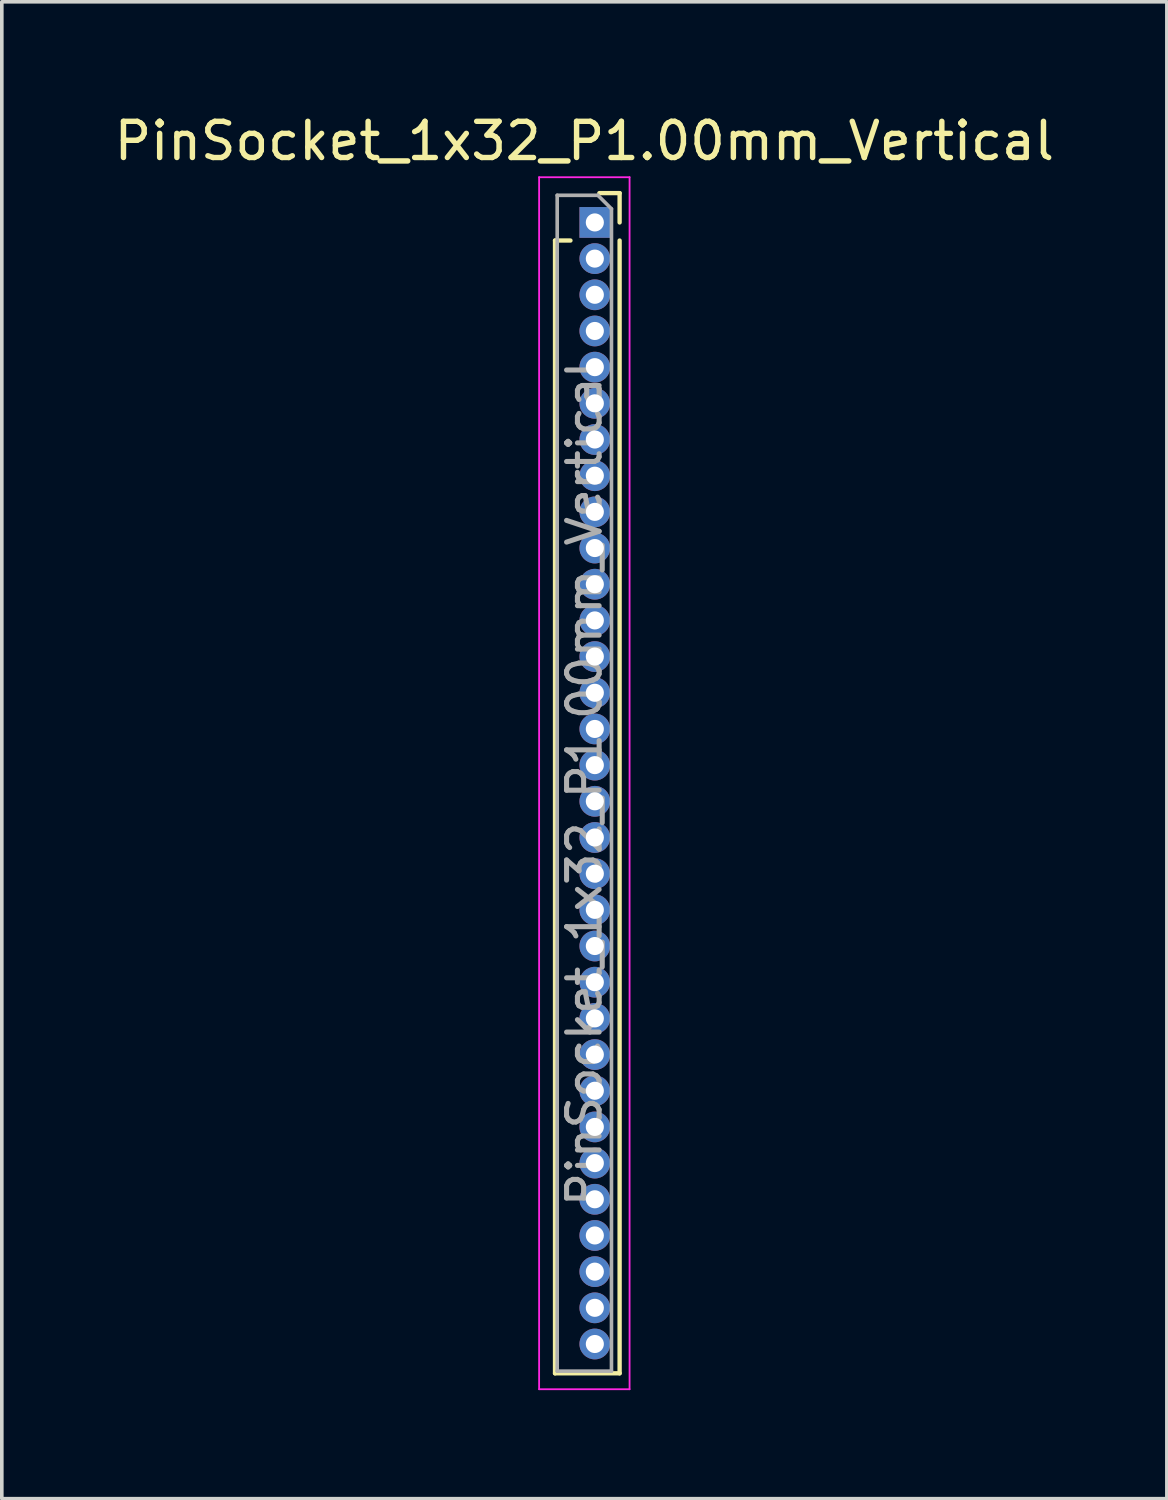
<source format=kicad_pcb>
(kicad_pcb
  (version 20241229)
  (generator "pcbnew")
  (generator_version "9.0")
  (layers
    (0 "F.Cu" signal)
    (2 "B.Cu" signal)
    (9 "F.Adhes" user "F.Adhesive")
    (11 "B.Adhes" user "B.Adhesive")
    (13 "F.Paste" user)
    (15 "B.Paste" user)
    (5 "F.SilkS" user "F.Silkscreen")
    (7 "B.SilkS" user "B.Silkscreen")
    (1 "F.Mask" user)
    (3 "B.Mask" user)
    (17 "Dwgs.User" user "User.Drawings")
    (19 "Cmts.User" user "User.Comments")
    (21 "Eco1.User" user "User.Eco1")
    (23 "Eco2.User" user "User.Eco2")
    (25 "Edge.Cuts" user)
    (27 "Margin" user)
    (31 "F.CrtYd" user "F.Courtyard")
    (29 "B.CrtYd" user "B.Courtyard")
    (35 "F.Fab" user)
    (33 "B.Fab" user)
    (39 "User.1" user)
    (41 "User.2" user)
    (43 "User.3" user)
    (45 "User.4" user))
  (footprint "PinSocket_1x32_P1.00mm_Vertical"
    (layer "F.Cu")
    (at 13.391 3.098)
    (property "Reference" "PinSocket_1x32_P1.00mm_Vertical" (at -0.29 -2.25 0) (layer "F.SilkS") (effects (font (size 1 1) (thickness 0.15))))
    (attr through_hole)
    (fp_line (start -1.1 0.5) (end -1.1 31.81) (stroke (width 0.12) (type solid)) (layer "F.SilkS"))
    (fp_line (start -1.1 0.5) (end -0.674 0.5) (stroke (width 0.12) (type solid)) (layer "F.SilkS"))
    (fp_line (start -1.1 31.81) (end 0.685 31.81) (stroke (width 0.12) (type solid)) (layer "F.SilkS"))
    (fp_line (start 0.125 -0.81) (end 0.685 -0.81) (stroke (width 0.12) (type solid)) (layer "F.SilkS"))
    (fp_line (start 0.685 -0.81) (end 0.685 0) (stroke (width 0.12) (type solid)) (layer "F.SilkS"))
    (fp_line (start 0.685 0.5) (end 0.685 31.81) (stroke (width 0.12) (type solid)) (layer "F.SilkS"))
    (fp_line (start -1.54 -1.25) (end 0.96 -1.25) (stroke (width 0.05) (type solid)) (layer "F.CrtYd"))
    (fp_line (start -1.54 32.25) (end -1.54 -1.25) (stroke (width 0.05) (type solid)) (layer "F.CrtYd"))
    (fp_line (start 0.96 -1.25) (end 0.96 32.25) (stroke (width 0.05) (type solid)) (layer "F.CrtYd"))
    (fp_line (start 0.96 32.25) (end -1.54 32.25) (stroke (width 0.05) (type solid)) (layer "F.CrtYd"))
    (fp_line (start -1.04 -0.75) (end 0.085 -0.75) (stroke (width 0.1) (type solid)) (layer "F.Fab"))
    (fp_line (start -1.04 31.75) (end -1.04 -0.75) (stroke (width 0.1) (type solid)) (layer "F.Fab"))
    (fp_line (start 0.085 -0.75) (end 0.46 -0.375) (stroke (width 0.1) (type solid)) (layer "F.Fab"))
    (fp_line (start 0.46 -0.375) (end 0.46 31.75) (stroke (width 0.1) (type solid)) (layer "F.Fab"))
    (fp_line (start 0.46 31.75) (end -1.04 31.75) (stroke (width 0.1) (type solid)) (layer "F.Fab"))
    (fp_text user "${REFERENCE}" (at -0.29 15.5 90) (layer "F.Fab") (effects (font (size 0.9 0.9) (thickness 0.14))))
    (pad "1" thru_hole rect (at 0 0) (size 0.85 0.85) (drill 0.5) (layers "*.Cu" "*.Mask"))
    (pad "2" thru_hole oval (at 0 1) (size 0.85 0.85) (drill 0.5) (layers "*.Cu" "*.Mask"))
    (pad "3" thru_hole oval (at 0 2) (size 0.85 0.85) (drill 0.5) (layers "*.Cu" "*.Mask"))
    (pad "4" thru_hole oval (at 0 3) (size 0.85 0.85) (drill 0.5) (layers "*.Cu" "*.Mask"))
    (pad "5" thru_hole oval (at 0 4) (size 0.85 0.85) (drill 0.5) (layers "*.Cu" "*.Mask"))
    (pad "6" thru_hole oval (at 0 5) (size 0.85 0.85) (drill 0.5) (layers "*.Cu" "*.Mask"))
    (pad "7" thru_hole oval (at 0 6) (size 0.85 0.85) (drill 0.5) (layers "*.Cu" "*.Mask"))
    (pad "8" thru_hole oval (at 0 7) (size 0.85 0.85) (drill 0.5) (layers "*.Cu" "*.Mask"))
    (pad "9" thru_hole oval (at 0 8) (size 0.85 0.85) (drill 0.5) (layers "*.Cu" "*.Mask"))
    (pad "10" thru_hole oval (at 0 9) (size 0.85 0.85) (drill 0.5) (layers "*.Cu" "*.Mask"))
    (pad "11" thru_hole oval (at 0 10) (size 0.85 0.85) (drill 0.5) (layers "*.Cu" "*.Mask"))
    (pad "12" thru_hole oval (at 0 11) (size 0.85 0.85) (drill 0.5) (layers "*.Cu" "*.Mask"))
    (pad "13" thru_hole oval (at 0 12) (size 0.85 0.85) (drill 0.5) (layers "*.Cu" "*.Mask"))
    (pad "14" thru_hole oval (at 0 13) (size 0.85 0.85) (drill 0.5) (layers "*.Cu" "*.Mask"))
    (pad "15" thru_hole oval (at 0 14) (size 0.85 0.85) (drill 0.5) (layers "*.Cu" "*.Mask"))
    (pad "16" thru_hole oval (at 0 15) (size 0.85 0.85) (drill 0.5) (layers "*.Cu" "*.Mask"))
    (pad "17" thru_hole oval (at 0 16) (size 0.85 0.85) (drill 0.5) (layers "*.Cu" "*.Mask"))
    (pad "18" thru_hole oval (at 0 17) (size 0.85 0.85) (drill 0.5) (layers "*.Cu" "*.Mask"))
    (pad "19" thru_hole oval (at 0 18) (size 0.85 0.85) (drill 0.5) (layers "*.Cu" "*.Mask"))
    (pad "20" thru_hole oval (at 0 19) (size 0.85 0.85) (drill 0.5) (layers "*.Cu" "*.Mask"))
    (pad "21" thru_hole oval (at 0 20) (size 0.85 0.85) (drill 0.5) (layers "*.Cu" "*.Mask"))
    (pad "22" thru_hole oval (at 0 21) (size 0.85 0.85) (drill 0.5) (layers "*.Cu" "*.Mask"))
    (pad "23" thru_hole oval (at 0 22) (size 0.85 0.85) (drill 0.5) (layers "*.Cu" "*.Mask"))
    (pad "24" thru_hole oval (at 0 23) (size 0.85 0.85) (drill 0.5) (layers "*.Cu" "*.Mask"))
    (pad "25" thru_hole oval (at 0 24) (size 0.85 0.85) (drill 0.5) (layers "*.Cu" "*.Mask"))
    (pad "26" thru_hole oval (at 0 25) (size 0.85 0.85) (drill 0.5) (layers "*.Cu" "*.Mask"))
    (pad "27" thru_hole oval (at 0 26) (size 0.85 0.85) (drill 0.5) (layers "*.Cu" "*.Mask"))
    (pad "28" thru_hole oval (at 0 27) (size 0.85 0.85) (drill 0.5) (layers "*.Cu" "*.Mask"))
    (pad "29" thru_hole oval (at 0 28) (size 0.85 0.85) (drill 0.5) (layers "*.Cu" "*.Mask"))
    (pad "30" thru_hole oval (at 0 29) (size 0.85 0.85) (drill 0.5) (layers "*.Cu" "*.Mask"))
    (pad "31" thru_hole oval (at 0 30) (size 0.85 0.85) (drill 0.5) (layers "*.Cu" "*.Mask"))
    (pad "32" thru_hole oval (at 0 31) (size 0.85 0.85) (drill 0.5) (layers "*.Cu" "*.Mask")))
  (gr_rect
    (start -3 -3)
    (end 29.202 38.373)
    (stroke (width 0.1) (type default))
    (fill no)
    (layer "Edge.Cuts")))
</source>
